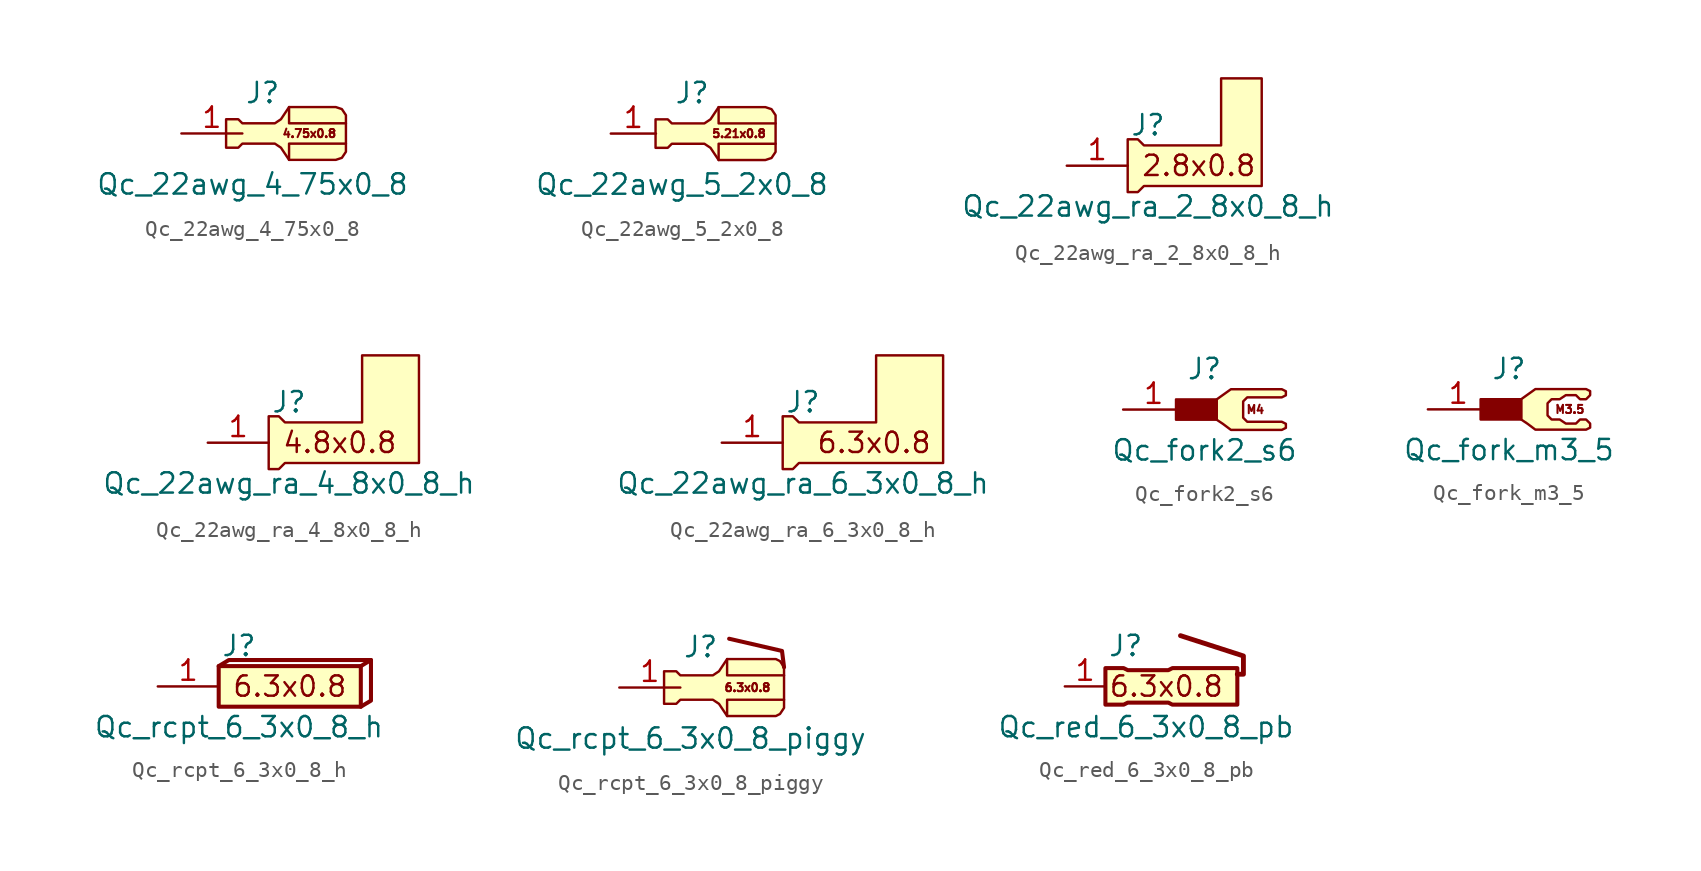
<source format=kicad_sym>
(kicad_symbol_lib
  (version 20211014)
  (generator kicad_symbol_editor)
  (symbol "Qc_22awg_4_75x0_8"
    (pin_names
      (offset 1.016) hide)
    (property "Reference" "J"
      (at 0 2.54 0)
      (effects (font (size 1.27 1.27))))
    (property "Value" "Qc_22awg_4_75x0_8"
      (at -0.635 -3.175 0)
      (effects (font (size 1.27 1.27))))
    (symbol "Qc_22awg_4_75x0_8_0_0"
      (text "4.75x0.8" (at 2.921 0 0) (effects (font (size 0.508 0.508)))))
    (symbol "Qc_22awg_4_75x0_8_0_1"
      (polyline (pts (xy 5.207 -0.635) (xy 1.651 -0.635) (xy 1.651 -1.651)) (stroke (width 0) (type default) (color 0 0 0 0)) (fill (type none)))
      (polyline (pts (xy 5.207 0.635) (xy 1.651 0.635) (xy 1.651 1.651)) (stroke (width 0) (type default) (color 0 0 0 0)) (fill (type none)))
      (polyline (pts (xy 4.572 1.651) (xy 1.651 1.651) (xy 1.143 0.889) (xy 0.762 0.635) (xy -1.27 0.635) (xy -1.524 0.889) (xy -2.286 0.889) (xy -2.286 -0.889) (xy -1.524 -0.889) (xy -1.27 -0.635) (xy 0.762 -0.635) (xy 1.143 -0.889) (xy 1.651 -1.651) (xy 4.572 -1.651) (xy 4.953 -1.524) (xy 5.207 -1.143) (xy 5.207 -0.762) (xy 5.207 1.143) (xy 4.953 1.524) (xy 4.572 1.651)) (stroke (width 0) (type default) (color 0 0 0 0)) (fill (type background))))
    (symbol "Qc_22awg_4_75x0_8_1_1"
      (pin passive line (at -5.08 0 0) (length 3.81) (name "Pin_1" (effects (font (size 1.27 1.27)))) (number "1" (effects (font (size 1.27 1.27)))))))
  (symbol "Qc_22awg_5_2x0_8"
    (pin_names
      (offset 1.016) hide)
    (property "Reference" "J"
      (at 0 2.54 0)
      (effects (font (size 1.27 1.27))))
    (property "Value" "Qc_22awg_5_2x0_8"
      (at -0.635 -3.175 0)
      (effects (font (size 1.27 1.27))))
    (symbol "Qc_22awg_5_2x0_8_0_0"
      (text "5.21x0.8" (at 2.921 0 0) (effects (font (size 0.508 0.508)))))
    (symbol "Qc_22awg_5_2x0_8_0_1"
      (polyline (pts (xy 5.207 -0.635) (xy 1.651 -0.635) (xy 1.651 -1.651)) (stroke (width 0) (type default) (color 0 0 0 0)) (fill (type none)))
      (polyline (pts (xy 5.207 0.635) (xy 1.651 0.635) (xy 1.651 1.651)) (stroke (width 0) (type default) (color 0 0 0 0)) (fill (type none)))
      (polyline (pts (xy 4.572 1.651) (xy 1.651 1.651) (xy 1.143 0.889) (xy 0.762 0.635) (xy -1.27 0.635) (xy -1.524 0.889) (xy -2.286 0.889) (xy -2.286 -0.889) (xy -1.524 -0.889) (xy -1.27 -0.635) (xy 0.762 -0.635) (xy 1.143 -0.889) (xy 1.651 -1.651) (xy 4.572 -1.651) (xy 4.953 -1.524) (xy 5.207 -1.143) (xy 5.207 -0.762) (xy 5.207 1.143) (xy 4.953 1.524) (xy 4.572 1.651)) (stroke (width 0) (type default) (color 0 0 0 0)) (fill (type background))))
    (symbol "Qc_22awg_5_2x0_8_1_1"
      (pin passive line (at -5.08 0 0) (length 2.819) (name "Pin_1" (effects (font (size 1.27 1.27)))) (number "1" (effects (font (size 1.27 1.27)))))))
  (symbol "Qc_22awg_ra_2_8x0_8_h"
    (pin_names
      (offset 1.016) hide)
    (property "Reference" "J"
      (at 0 2.54 0)
      (effects (font (size 1.27 1.27))))
    (property "Value" "Qc_22awg_ra_2_8x0_8_h"
      (at 0 -2.54 0)
      (effects (font (size 1.27 1.27))))
    (symbol "Qc_22awg_ra_2_8x0_8_h_0_0"
      (polyline (pts (xy -0.254 -1.27) (xy -0.635 -1.651) (xy -1.27 -1.651) (xy -1.27 0) (xy -1.27 1.651) (xy -0.635 1.651) (xy -0.254 1.27) (xy 4.572 1.27) (xy 4.572 5.461) (xy 7.112 5.461) (xy 7.112 -1.27) (xy -0.254 -1.27)) (stroke (width 0) (type default) (color 0 0 0 0)) (fill (type background)))
      (text "2.8x0.8" (at 3.175 0 0) (effects (font (size 1.27 1.27)))))
    (symbol "Qc_22awg_ra_2_8x0_8_h_1_1"
      (pin passive line (at -5.08 0 0) (length 3.81) (name "Pin_1" (effects (font (size 1.27 1.27)))) (number "1" (effects (font (size 1.27 1.27)))))))
  (symbol "Qc_22awg_ra_4_8x0_8_h"
    (pin_names
      (offset 1.016) hide)
    (property "Reference" "J"
      (at 0 2.54 0)
      (effects (font (size 1.27 1.27))))
    (property "Value" "Qc_22awg_ra_4_8x0_8_h"
      (at 0 -2.54 0)
      (effects (font (size 1.27 1.27))))
    (symbol "Qc_22awg_ra_4_8x0_8_h_0_0"
      (polyline (pts (xy -0.254 -1.27) (xy -0.635 -1.651) (xy -1.27 -1.651) (xy -1.27 0) (xy -1.27 1.651) (xy -0.635 1.651) (xy -0.254 1.27) (xy 4.572 1.27) (xy 4.572 5.461) (xy 8.128 5.461) (xy 8.128 -1.27) (xy -0.254 -1.27)) (stroke (width 0) (type default) (color 0 0 0 0)) (fill (type background)))
      (text "4.8x0.8" (at 3.175 0 0) (effects (font (size 1.27 1.27)))))
    (symbol "Qc_22awg_ra_4_8x0_8_h_1_1"
      (pin passive line (at -5.08 0 0) (length 3.81) (name "Pin_1" (effects (font (size 1.27 1.27)))) (number "1" (effects (font (size 1.27 1.27)))))))
  (symbol "Qc_22awg_ra_6_3x0_8_h"
    (pin_names
      (offset 1.016) hide)
    (property "Reference" "J"
      (at 0 2.54 0)
      (effects (font (size 1.27 1.27))))
    (property "Value" "Qc_22awg_ra_6_3x0_8_h"
      (at 0 -2.54 0)
      (effects (font (size 1.27 1.27))))
    (symbol "Qc_22awg_ra_6_3x0_8_h_0_0"
      (polyline (pts (xy -0.254 -1.27) (xy -0.635 -1.651) (xy -1.27 -1.651) (xy -1.27 0) (xy -1.27 1.651) (xy -0.635 1.651) (xy -0.254 1.27) (xy 4.572 1.27) (xy 4.572 5.461) (xy 8.763 5.461) (xy 8.763 -1.27) (xy -0.254 -1.27)) (stroke (width 0) (type default) (color 0 0 0 0)) (fill (type background)))
      (text "6.3x0.8" (at 4.445 0 0) (effects (font (size 1.27 1.27)))))
    (symbol "Qc_22awg_ra_6_3x0_8_h_1_1"
      (pin passive line (at -5.08 0 0) (length 3.81) (name "Pin_1" (effects (font (size 1.27 1.27)))) (number "1" (effects (font (size 1.27 1.27)))))))
  (symbol "Qc_fork2_s6"
    (pin_names
      (offset 1.016) hide)
    (property "Reference" "J"
      (at 0 2.54 0)
      (effects (font (size 1.27 1.27))))
    (property "Value" "Qc_fork2_s6"
      (at 0 -2.54 0)
      (effects (font (size 1.27 1.27))))
    (symbol "Qc_fork2_s6_0_0"
      (text "M4" (at 3.175 0 0) (effects (font (size 0.508 0.508)))))
    (symbol "Qc_fork2_s6_0_1"
      (polyline (pts (xy 4.826 1.27) (xy 1.651 1.27) (xy 0.762 0.635) (xy 0.762 0) (xy 0.762 -0.635) (xy 1.143 -0.889) (xy 1.651 -1.27) (xy 4.826 -1.27) (xy 5.08 -1.143) (xy 5.08 -0.889) (xy 4.826 -0.762) (xy 2.667 -0.762) (xy 2.413 -0.508) (xy 2.413 0.508) (xy 2.667 0.762) (xy 4.826 0.762) (xy 5.08 0.889) (xy 5.08 1.143) (xy 4.826 1.27)) (stroke (width 0) (type default) (color 0 0 0 0)) (fill (type background)))
      (rectangle (start 0.762 -0.635) (end -1.778 0.635) (stroke (width 0) (type default) (color 0 0 0 0)) (fill (type outline))))
    (symbol "Qc_fork2_s6_1_1"
      (pin passive line (at -5.08 0 0) (length 3.81) (name "Pin_1" (effects (font (size 1.27 1.27)))) (number "1" (effects (font (size 1.27 1.27)))))))
  (symbol "Qc_fork_m3_5"
    (pin_names
      (offset 1.016) hide)
    (property "Reference" "J"
      (at 0 2.54 0)
      (effects (font (size 1.27 1.27))))
    (property "Value" "Qc_fork_m3_5"
      (at 0 -2.54 0)
      (effects (font (size 1.27 1.27))))
    (symbol "Qc_fork_m3_5_0_0"
      (text "M3.5" (at 3.81 0 0) (effects (font (size 0.508 0.508)))))
    (symbol "Qc_fork_m3_5_0_1"
      (polyline (pts (xy 4.826 1.27) (xy 1.651 1.27) (xy 0.762 0.635) (xy 0.762 0) (xy 0.762 -0.635) (xy 1.143 -0.889) (xy 1.651 -1.27) (xy 4.826 -1.27) (xy 5.08 -1.143) (xy 5.08 -0.889) (xy 4.826 -0.635) (xy 4.445 -0.635) (xy 4.191 -0.889) (xy 3.556 -0.889) (xy 3.175 -0.635) (xy 2.667 -0.635) (xy 2.413 -0.381) (xy 2.413 0.381) (xy 2.667 0.635) (xy 3.175 0.635) (xy 3.556 0.889) (xy 4.191 0.889) (xy 4.445 0.635) (xy 4.826 0.635) (xy 5.08 0.889) (xy 5.08 1.143) (xy 4.826 1.27)) (stroke (width 0) (type default) (color 0 0 0 0)) (fill (type background)))
      (rectangle (start 0.762 -0.635) (end -1.778 0.635) (stroke (width 0) (type default) (color 0 0 0 0)) (fill (type outline))))
    (symbol "Qc_fork_m3_5_1_1"
      (pin passive line (at -5.08 0 0) (length 3.81) (name "Pin_1" (effects (font (size 1.27 1.27)))) (number "1" (effects (font (size 1.27 1.27)))))))
  (symbol "Qc_rcpt_6_3x0_8_h"
    (pin_names
      (offset 1.016) hide)
    (property "Reference" "J"
      (at 0 2.54 0)
      (effects (font (size 1.27 1.27))))
    (property "Value" "Qc_rcpt_6_3x0_8_h"
      (at 0 -2.54 0)
      (effects (font (size 1.27 1.27))))
    (symbol "Qc_rcpt_6_3x0_8_h_0_0"
      (text "6.3x0.8" (at 3.175 0 0) (effects (font (size 1.27 1.27)))))
    (symbol "Qc_rcpt_6_3x0_8_h_0_1"
      (polyline (pts (xy 7.62 1.27) (xy 8.255 1.651)) (stroke (width 0.254) (type default) (color 0 0 0 0)) (fill (type none)))
      (polyline (pts (xy -1.27 1.27) (xy -0.635 1.651) (xy 8.255 1.651) (xy 8.255 -0.889) (xy 7.62 -1.27)) (stroke (width 0.254) (type default) (color 0 0 0 0)) (fill (type none))))
    (symbol "Qc_rcpt_6_3x0_8_h_1_1"
      (rectangle (start -1.27 1.27) (end 7.62 -1.27) (stroke (width 0.254) (type default) (color 0 0 0 0)) (fill (type background)))
      (pin passive line (at -5.08 0 0) (length 3.81) (name "Pin_1" (effects (font (size 1.27 1.27)))) (number "1" (effects (font (size 1.27 1.27)))))))
  (symbol "Qc_rcpt_6_3x0_8_piggy"
    (pin_names
      (offset 1.016) hide)
    (property "Reference" "J"
      (at 0 2.54 0)
      (effects (font (size 1.27 1.27))))
    (property "Value" "Qc_rcpt_6_3x0_8_piggy"
      (at -0.635 -3.175 0)
      (effects (font (size 1.27 1.27))))
    (symbol "Qc_rcpt_6_3x0_8_piggy_0_0"
      (polyline (pts (xy 5.207 1.27) (xy 5.08 2.286) (xy 1.778 3.048)) (stroke (width 0.254) (type default) (color 0 0 0 0)) (fill (type none)))
      (text "6.3x0.8" (at 2.921 0 0) (effects (font (size 0.508 0.508)))))
    (symbol "Qc_rcpt_6_3x0_8_piggy_0_1"
      (polyline (pts (xy 5.207 -0.762) (xy 1.651 -0.762) (xy 1.651 -1.778)) (stroke (width 0) (type default) (color 0 0 0 0)) (fill (type none)))
      (polyline (pts (xy 5.207 0.762) (xy 1.651 0.762) (xy 1.651 1.778)) (stroke (width 0) (type default) (color 0 0 0 0)) (fill (type none)))
      (polyline (pts (xy 4.699 1.778) (xy 1.651 1.778) (xy 1.143 1.016) (xy 0.762 0.762) (xy -1.27 0.762) (xy -1.524 1.016) (xy -2.286 1.016) (xy -2.286 -1.016) (xy -1.524 -1.016) (xy -1.27 -0.762) (xy 0.762 -0.762) (xy 1.143 -1.016) (xy 1.651 -1.778) (xy 4.699 -1.778) (xy 4.953 -1.651) (xy 5.207 -1.27) (xy 5.207 -0.762) (xy 5.207 1.27) (xy 4.953 1.651) (xy 4.699 1.778)) (stroke (width 0) (type default) (color 0 0 0 0)) (fill (type background))))
    (symbol "Qc_rcpt_6_3x0_8_piggy_1_1"
      (pin passive line (at -5.08 0 0) (length 3.81) (name "Pin_1" (effects (font (size 1.27 1.27)))) (number "1" (effects (font (size 1.27 1.27)))))))
  (symbol "Qc_red_6_3x0_8_pb"
    (pin_names
      (offset 1.016) hide)
    (property "Reference" "J"
      (at -1.27 2.54 0)
      (effects (font (size 1.27 1.27))))
    (property "Value" "Qc_red_6_3x0_8_pb"
      (at 0 -2.54 0)
      (effects (font (size 1.27 1.27))))
    (symbol "Qc_red_6_3x0_8_pb_0_0"
      (text "6.3x0.8" (at 1.27 0 0) (effects (font (size 1.27 1.27)))))
    (symbol "Qc_red_6_3x0_8_pb_0_1"
      (polyline (pts (xy 5.715 0.762) (xy 6.096 0.762) (xy 6.096 1.905) (xy 2.159 3.175)) (stroke (width 0.305) (type default) (color 0 0 0 0)) (fill (type none)))
      (polyline (pts (xy -2.54 1.143) (xy -1.397 1.143) (xy -1.143 1.016) (xy 1.397 1.016) (xy 1.651 1.143) (xy 5.715 1.143) (xy 5.715 -1.143) (xy 1.651 -1.143) (xy 1.397 -1.016) (xy -1.143 -1.016) (xy -1.397 -1.143) (xy -2.54 -1.143) (xy -2.54 1.143)) (stroke (width 0.254) (type default) (color 0 0 0 0)) (fill (type background))))
    (symbol "Qc_red_6_3x0_8_pb_1_1"
      (pin passive line (at -5.08 0 0) (length 2.54) (name "Pin_1" (effects (font (size 1.27 1.27)))) (number "1" (effects (font (size 1.27 1.27))))))))
</source>
